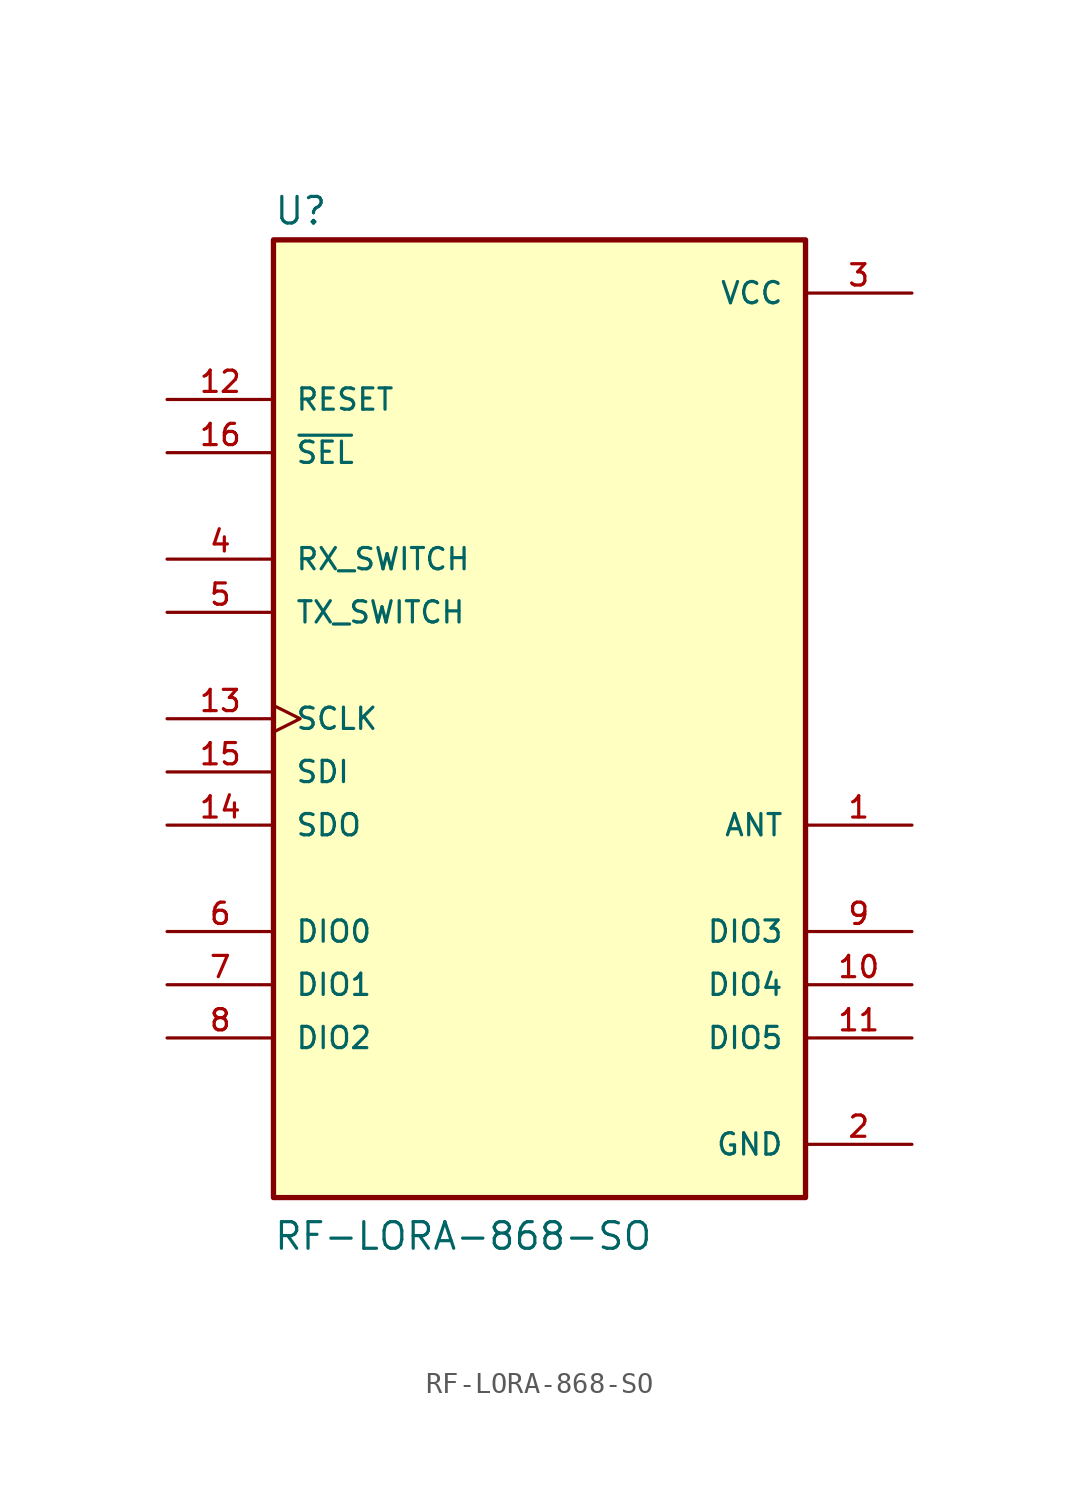
<source format=kicad_sym>
(kicad_symbol_lib
  (version 20211014)
  (generator kicad_symbol_editor)
  (symbol "RF-LORA-868-SO"
    (pin_names
      (offset 1.016))
    (property "Reference" "U"
      (at -12.704 23.503 0)
      (effects (font (size 1.27 1.27)) (justify bottom left)))
    (property "Value" "RF-LORA-868-SO"
      (at -12.722 -25.443 0)
      (effects (font (size 1.27 1.27)) (justify bottom left)))
    (symbol "RF-LORA-868-SO_0_0"
      (rectangle (start -12.7 -22.86) (end 12.7 22.86) (stroke (width 0.254)) (fill (type background)))
      (pin bidirectional line (at 17.78 -5.08 180.0) (length 5.08) (name "ANT" (effects (font (size 1.016 1.016)))) (number "1" (effects (font (size 1.016 1.016)))))
      (pin power_in line (at 17.78 -20.32 180.0) (length 5.08) (name "GND" (effects (font (size 1.016 1.016)))) (number "2" (effects (font (size 1.016 1.016)))))
      (pin power_in line (at 17.78 20.32 180.0) (length 5.08) (name "VCC" (effects (font (size 1.016 1.016)))) (number "3" (effects (font (size 1.016 1.016)))))
      (pin input line (at -17.78 7.62 0) (length 5.08) (name "RX_SWITCH" (effects (font (size 1.016 1.016)))) (number "4" (effects (font (size 1.016 1.016)))))
      (pin input line (at -17.78 5.08 0) (length 5.08) (name "TX_SWITCH" (effects (font (size 1.016 1.016)))) (number "5" (effects (font (size 1.016 1.016)))))
      (pin bidirectional line (at -17.78 -10.16 0) (length 5.08) (name "DIO0" (effects (font (size 1.016 1.016)))) (number "6" (effects (font (size 1.016 1.016)))))
      (pin bidirectional line (at -17.78 -12.7 0) (length 5.08) (name "DIO1" (effects (font (size 1.016 1.016)))) (number "7" (effects (font (size 1.016 1.016)))))
      (pin bidirectional line (at -17.78 -15.24 0) (length 5.08) (name "DIO2" (effects (font (size 1.016 1.016)))) (number "8" (effects (font (size 1.016 1.016)))))
      (pin bidirectional line (at 17.78 -10.16 180.0) (length 5.08) (name "DIO3" (effects (font (size 1.016 1.016)))) (number "9" (effects (font (size 1.016 1.016)))))
      (pin bidirectional line (at 17.78 -12.7 180.0) (length 5.08) (name "DIO4" (effects (font (size 1.016 1.016)))) (number "10" (effects (font (size 1.016 1.016)))))
      (pin bidirectional line (at 17.78 -15.24 180.0) (length 5.08) (name "DIO5" (effects (font (size 1.016 1.016)))) (number "11" (effects (font (size 1.016 1.016)))))
      (pin input line (at -17.78 15.24 0) (length 5.08) (name "RESET" (effects (font (size 1.016 1.016)))) (number "12" (effects (font (size 1.016 1.016)))))
      (pin input clock (at -17.78 0.0 0) (length 5.08) (name "SCLK" (effects (font (size 1.016 1.016)))) (number "13" (effects (font (size 1.016 1.016)))))
      (pin output line (at -17.78 -5.08 0) (length 5.08) (name "SDO" (effects (font (size 1.016 1.016)))) (number "14" (effects (font (size 1.016 1.016)))))
      (pin input line (at -17.78 -2.54 0) (length 5.08) (name "SDI" (effects (font (size 1.016 1.016)))) (number "15" (effects (font (size 1.016 1.016)))))
      (pin input line (at -17.78 12.7 0) (length 5.08) (name "~{SEL}" (effects (font (size 1.016 1.016)))) (number "16" (effects (font (size 1.016 1.016))))))))
</source>
